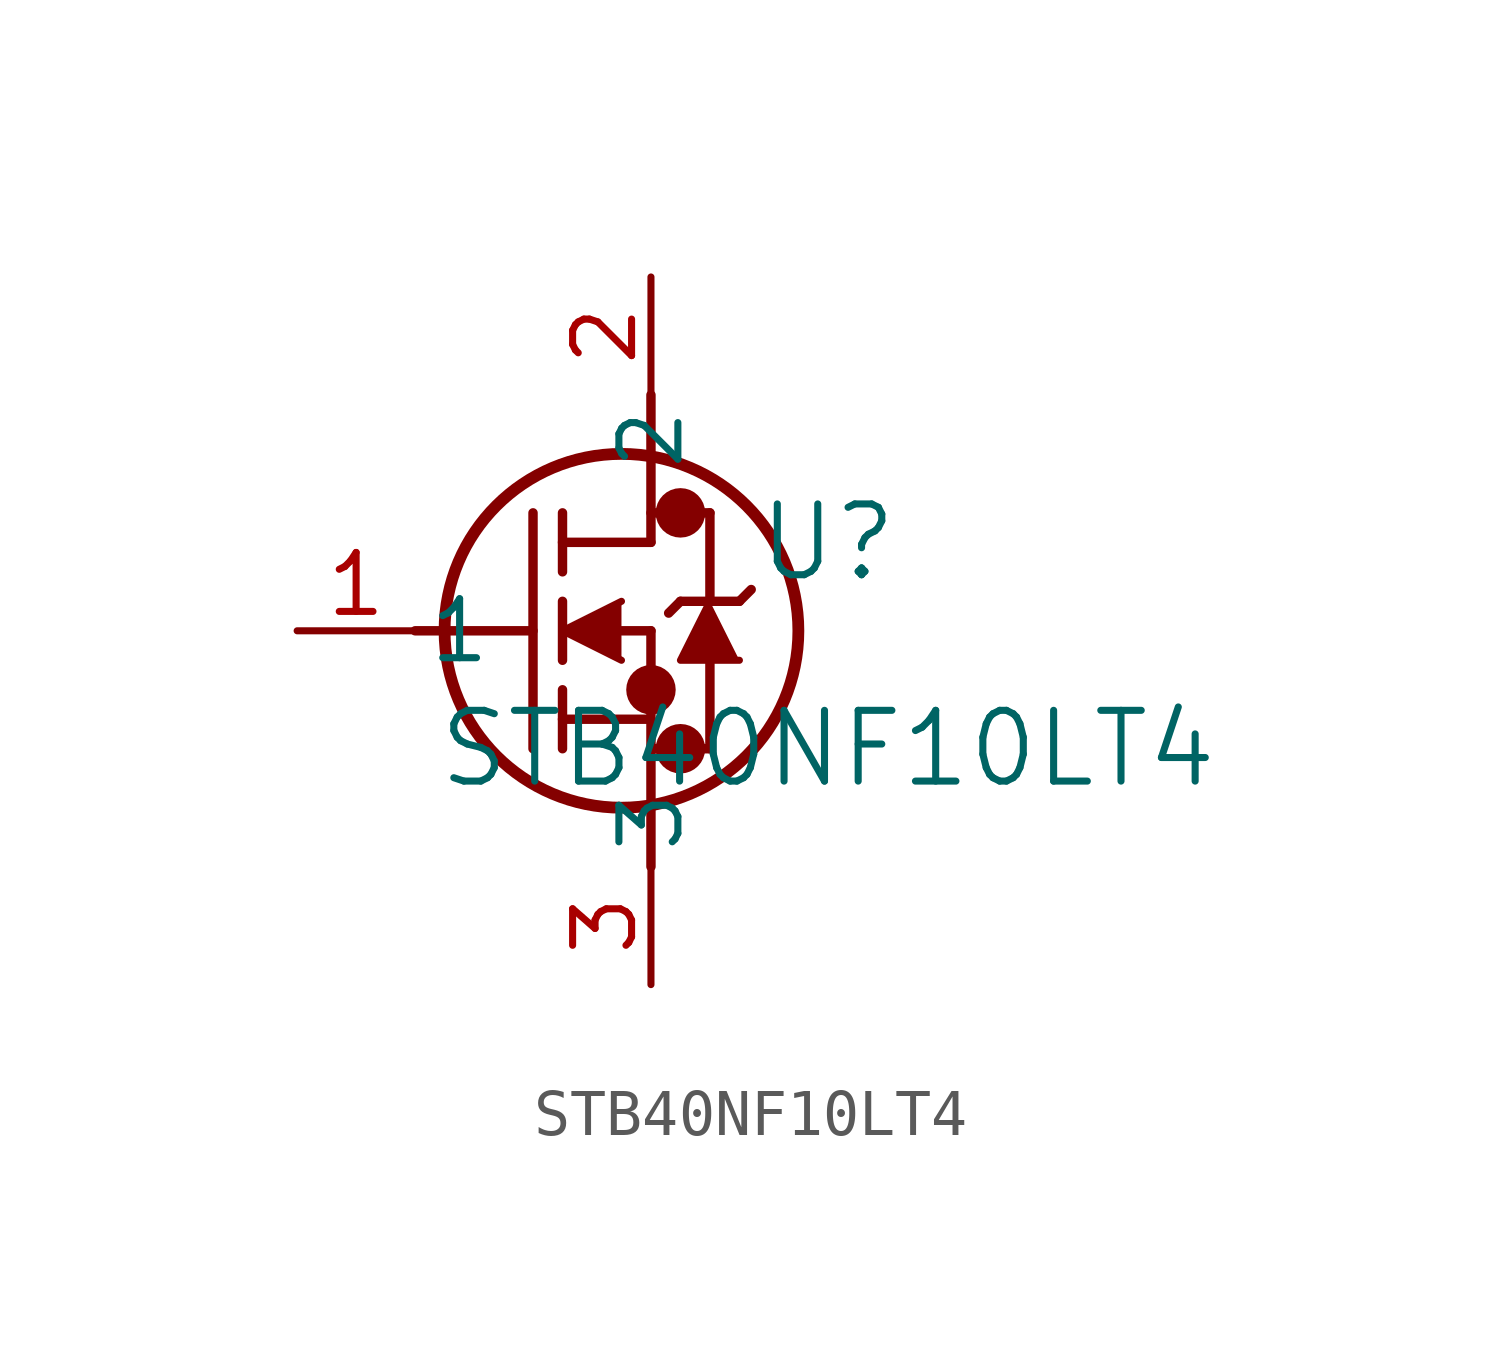
<source format=kicad_sym>
(kicad_symbol_lib
  (version 20211014)
  (generator kicad_symbol_editor)
  (symbol "STB40NF10LT4"
    (pin_names
      (offset 0.254))
    (property "Reference" "U"
      (at 11.43 1.905 0)
      (effects (font (size 1.524 1.524))))
    (property "Value" "STB40NF10LT4"
      (at 11.43 -2.54 0)
      (effects (font (size 1.524 1.524))))
    (circle
      (center 8.255 2.54)
      (radius 0.025)
      (stroke (width 0.508) (type default) (color 0 0 0 0))
      (fill (type none)))
    (circle
      (center 8.255 -2.54)
      (radius 0.025)
      (stroke (width 0.508) (type default) (color 0 0 0 0))
      (fill (type none)))
    (circle
      (center 7.62 -1.27)
      (radius 0.025)
      (stroke (width 0.508) (type default) (color 0 0 0 0))
      (fill (type none)))
    (circle
      (center 6.985 0)
      (radius 3.81)
      (stroke (width 0.254) (type default) (color 0 0 0 0))
      (fill (type none)))
    (polyline
      (pts (xy 2.54 0) (xy 5.08 0))
      (stroke (width 0.203) (type default) (color 0 0 0 0))
      (fill (type none)))
    (polyline
      (pts (xy 5.08 -2.54) (xy 5.08 2.54))
      (stroke (width 0.203) (type default) (color 0 0 0 0))
      (fill (type none)))
    (polyline
      (pts (xy 5.715 -0.635) (xy 5.715 0.635))
      (stroke (width 0.203) (type default) (color 0 0 0 0))
      (fill (type none)))
    (polyline
      (pts (xy 5.715 -2.54) (xy 5.715 -1.27))
      (stroke (width 0.203) (type default) (color 0 0 0 0))
      (fill (type none)))
    (polyline
      (pts (xy 5.715 1.27) (xy 5.715 2.54))
      (stroke (width 0.203) (type default) (color 0 0 0 0))
      (fill (type none)))
    (polyline
      (pts (xy 6.985 0) (xy 7.62 0))
      (stroke (width 0.203) (type default) (color 0 0 0 0))
      (fill (type none)))
    (polyline
      (pts (xy 5.715 -1.905) (xy 7.62 -1.905))
      (stroke (width 0.203) (type default) (color 0 0 0 0))
      (fill (type none)))
    (polyline
      (pts (xy 7.62 -5.08) (xy 7.62 0))
      (stroke (width 0.203) (type default) (color 0 0 0 0))
      (fill (type none)))
    (polyline
      (pts (xy 7.62 -2.54) (xy 8.89 -2.54))
      (stroke (width 0.203) (type default) (color 0 0 0 0))
      (fill (type none)))
    (polyline
      (pts (xy 5.715 1.905) (xy 7.62 1.905))
      (stroke (width 0.203) (type default) (color 0 0 0 0))
      (fill (type none)))
    (polyline
      (pts (xy 8.89 0.635) (xy 8.89 2.54))
      (stroke (width 0.203) (type default) (color 0 0 0 0))
      (fill (type none)))
    (polyline
      (pts (xy 8.89 -2.54) (xy 8.89 -0.635))
      (stroke (width 0.203) (type default) (color 0 0 0 0))
      (fill (type none)))
    (polyline
      (pts (xy 9.779 0.889) (xy 9.525 0.635))
      (stroke (width 0.203) (type default) (color 0 0 0 0))
      (fill (type none)))
    (polyline
      (pts (xy 9.525 0.635) (xy 8.255 0.635))
      (stroke (width 0.203) (type default) (color 0 0 0 0))
      (fill (type none)))
    (polyline
      (pts (xy 8.255 0.635) (xy 8.001 0.381))
      (stroke (width 0.203) (type default) (color 0 0 0 0))
      (fill (type none)))
    (polyline
      (pts (xy 7.62 2.54) (xy 8.89 2.54))
      (stroke (width 0.203) (type default) (color 0 0 0 0))
      (fill (type none)))
    (polyline
      (pts (xy 7.62 1.905) (xy 7.62 5.08))
      (stroke (width 0.203) (type default) (color 0 0 0 0))
      (fill (type none)))
    (polyline
      (pts (xy 6.985 0.635) (xy 5.715 0) (xy 6.985 -0.635))
      (stroke (width 0) (type default) (color 0 0 0 0))
      (fill (type outline)))
    (polyline
      (pts (xy 9.525 -0.635) (xy 8.255 -0.635) (xy 8.89 0.635))
      (stroke (width 0) (type default) (color 0 0 0 0))
      (fill (type outline)))
    (pin unspecified line
      (at 0 0 0)
      (length 2.54)
      (name "1" (effects (font (size 1.27 1.27))))
      (number "1" (effects (font (size 1.27 1.27)))))
    (pin unspecified line
      (at 7.62 7.62 270)
      (length 2.54)
      (name "2" (effects (font (size 1.27 1.27))))
      (number "2" (effects (font (size 1.27 1.27)))))
    (pin unspecified line
      (at 7.62 -7.62 90)
      (length 2.54)
      (name "3" (effects (font (size 1.27 1.27))))
      (number "3" (effects (font (size 1.27 1.27)))))))
</source>
